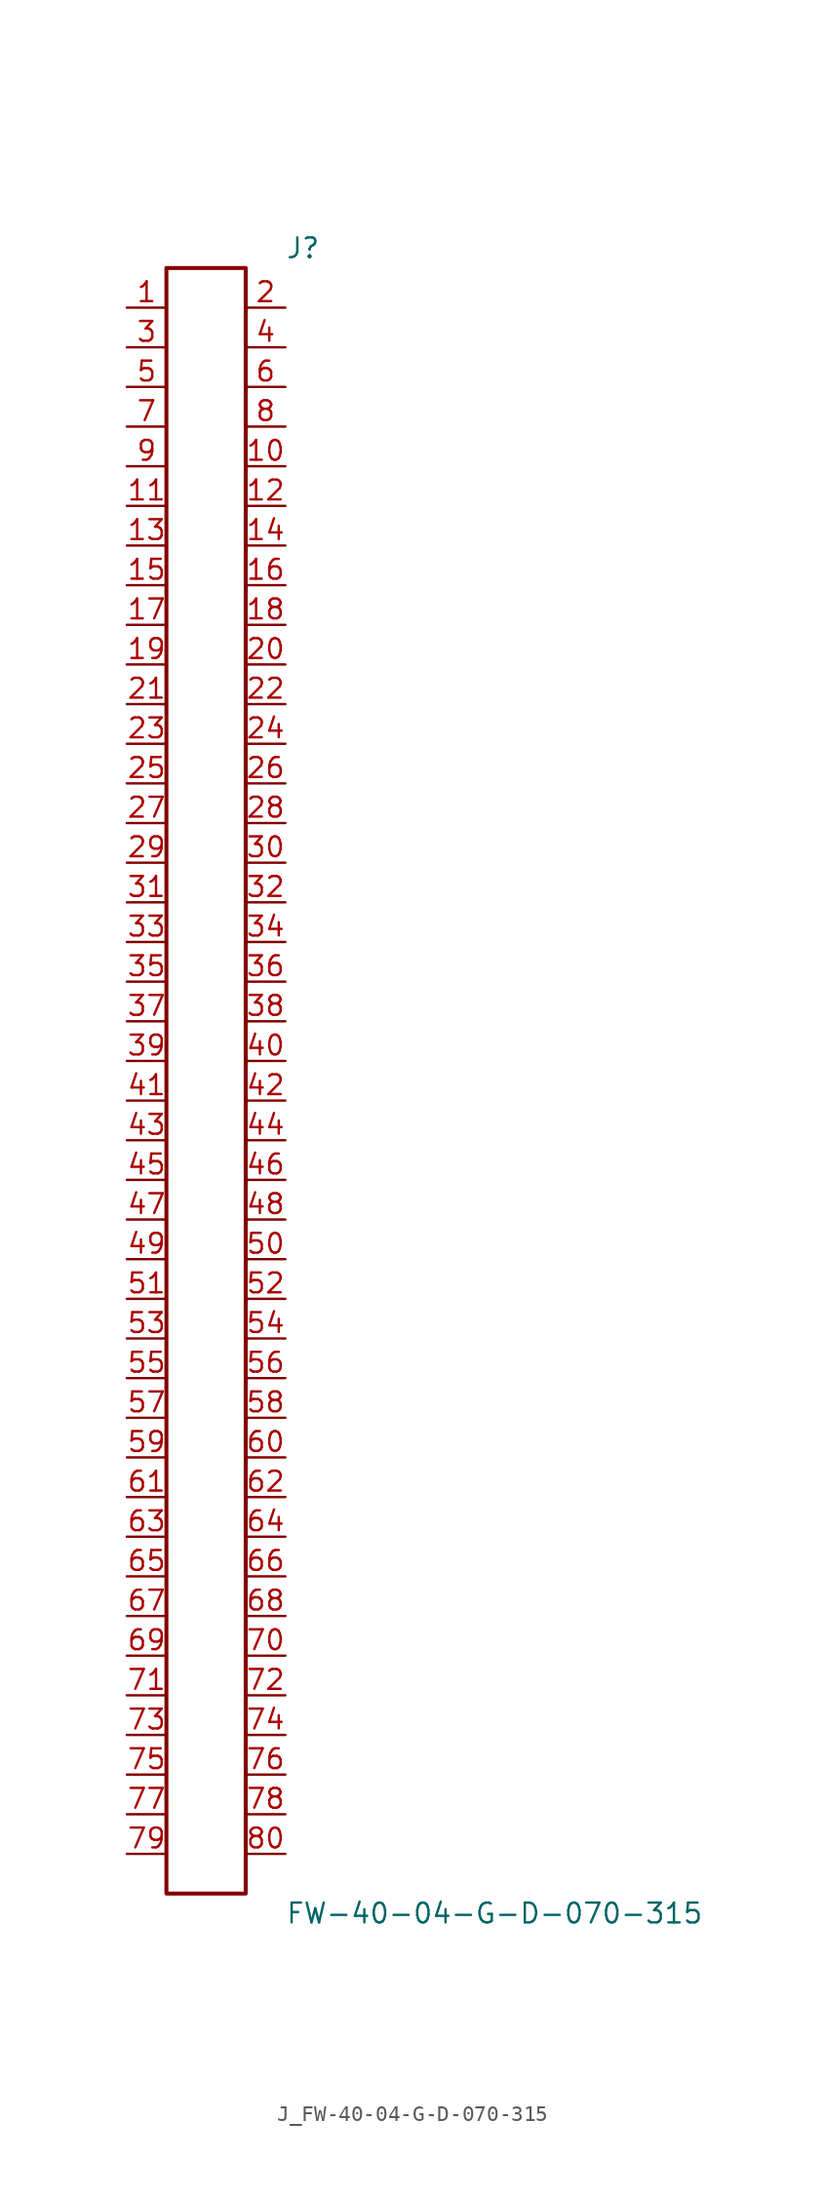
<source format=kicad_sym>
(kicad_symbol_lib
  (version 20231120)
  (generator kicad_symbol_editor)
  (generator_version 8.0)
  (symbol "J_FW-40-04-G-D-070-315"
    (pin_names
      (offset 0.254))
    (property "Reference" "J"
      (at 5.08 53.34 0)
      (effects (font (size 1.27 1.27)) (justify left)))
    (property "Value" "FW-40-04-G-D-070-315"
      (at 5.08 -53.34 0)
      (effects (font (size 1.27 1.27)) (justify left)))
    (symbol "J_FW-40-04-G-D-070-315_0_0"
      (pin passive line (at -5.08 49.53 0) (length 2.54) (name "" (effects (font (size 1.27 1.27)))) (number "1" (effects (font (size 1.27 1.27)))))
      (pin passive line (at 5.08 49.53 180) (length 2.54) (name "" (effects (font (size 1.27 1.27)))) (number "2" (effects (font (size 1.27 1.27)))))
      (pin passive line (at -5.08 46.99 0) (length 2.54) (name "" (effects (font (size 1.27 1.27)))) (number "3" (effects (font (size 1.27 1.27)))))
      (pin passive line (at 5.08 46.99 180) (length 2.54) (name "" (effects (font (size 1.27 1.27)))) (number "4" (effects (font (size 1.27 1.27)))))
      (pin passive line (at -5.08 44.45 0) (length 2.54) (name "" (effects (font (size 1.27 1.27)))) (number "5" (effects (font (size 1.27 1.27)))))
      (pin passive line (at 5.08 44.45 180) (length 2.54) (name "" (effects (font (size 1.27 1.27)))) (number "6" (effects (font (size 1.27 1.27)))))
      (pin passive line (at -5.08 41.91 0) (length 2.54) (name "" (effects (font (size 1.27 1.27)))) (number "7" (effects (font (size 1.27 1.27)))))
      (pin passive line (at 5.08 41.91 180) (length 2.54) (name "" (effects (font (size 1.27 1.27)))) (number "8" (effects (font (size 1.27 1.27)))))
      (pin passive line (at -5.08 39.37 0) (length 2.54) (name "" (effects (font (size 1.27 1.27)))) (number "9" (effects (font (size 1.27 1.27)))))
      (pin passive line (at 5.08 39.37 180) (length 2.54) (name "" (effects (font (size 1.27 1.27)))) (number "10" (effects (font (size 1.27 1.27)))))
      (pin passive line (at -5.08 36.83 0) (length 2.54) (name "" (effects (font (size 1.27 1.27)))) (number "11" (effects (font (size 1.27 1.27)))))
      (pin passive line (at 5.08 36.83 180) (length 2.54) (name "" (effects (font (size 1.27 1.27)))) (number "12" (effects (font (size 1.27 1.27)))))
      (pin passive line (at -5.08 34.29 0) (length 2.54) (name "" (effects (font (size 1.27 1.27)))) (number "13" (effects (font (size 1.27 1.27)))))
      (pin passive line (at 5.08 34.29 180) (length 2.54) (name "" (effects (font (size 1.27 1.27)))) (number "14" (effects (font (size 1.27 1.27)))))
      (pin passive line (at -5.08 31.75 0) (length 2.54) (name "" (effects (font (size 1.27 1.27)))) (number "15" (effects (font (size 1.27 1.27)))))
      (pin passive line (at 5.08 31.75 180) (length 2.54) (name "" (effects (font (size 1.27 1.27)))) (number "16" (effects (font (size 1.27 1.27)))))
      (pin passive line (at -5.08 29.21 0) (length 2.54) (name "" (effects (font (size 1.27 1.27)))) (number "17" (effects (font (size 1.27 1.27)))))
      (pin passive line (at 5.08 29.21 180) (length 2.54) (name "" (effects (font (size 1.27 1.27)))) (number "18" (effects (font (size 1.27 1.27)))))
      (pin passive line (at -5.08 26.67 0) (length 2.54) (name "" (effects (font (size 1.27 1.27)))) (number "19" (effects (font (size 1.27 1.27)))))
      (pin passive line (at 5.08 26.67 180) (length 2.54) (name "" (effects (font (size 1.27 1.27)))) (number "20" (effects (font (size 1.27 1.27)))))
      (pin passive line (at -5.08 24.13 0) (length 2.54) (name "" (effects (font (size 1.27 1.27)))) (number "21" (effects (font (size 1.27 1.27)))))
      (pin passive line (at 5.08 24.13 180) (length 2.54) (name "" (effects (font (size 1.27 1.27)))) (number "22" (effects (font (size 1.27 1.27)))))
      (pin passive line (at -5.08 21.59 0) (length 2.54) (name "" (effects (font (size 1.27 1.27)))) (number "23" (effects (font (size 1.27 1.27)))))
      (pin passive line (at 5.08 21.59 180) (length 2.54) (name "" (effects (font (size 1.27 1.27)))) (number "24" (effects (font (size 1.27 1.27)))))
      (pin passive line (at -5.08 19.05 0) (length 2.54) (name "" (effects (font (size 1.27 1.27)))) (number "25" (effects (font (size 1.27 1.27)))))
      (pin passive line (at 5.08 19.05 180) (length 2.54) (name "" (effects (font (size 1.27 1.27)))) (number "26" (effects (font (size 1.27 1.27)))))
      (pin passive line (at -5.08 16.51 0) (length 2.54) (name "" (effects (font (size 1.27 1.27)))) (number "27" (effects (font (size 1.27 1.27)))))
      (pin passive line (at 5.08 16.51 180) (length 2.54) (name "" (effects (font (size 1.27 1.27)))) (number "28" (effects (font (size 1.27 1.27)))))
      (pin passive line (at -5.08 13.97 0) (length 2.54) (name "" (effects (font (size 1.27 1.27)))) (number "29" (effects (font (size 1.27 1.27)))))
      (pin passive line (at 5.08 13.97 180) (length 2.54) (name "" (effects (font (size 1.27 1.27)))) (number "30" (effects (font (size 1.27 1.27)))))
      (pin passive line (at -5.08 11.43 0) (length 2.54) (name "" (effects (font (size 1.27 1.27)))) (number "31" (effects (font (size 1.27 1.27)))))
      (pin passive line (at 5.08 11.43 180) (length 2.54) (name "" (effects (font (size 1.27 1.27)))) (number "32" (effects (font (size 1.27 1.27)))))
      (pin passive line (at -5.08 8.89 0) (length 2.54) (name "" (effects (font (size 1.27 1.27)))) (number "33" (effects (font (size 1.27 1.27)))))
      (pin passive line (at 5.08 8.89 180) (length 2.54) (name "" (effects (font (size 1.27 1.27)))) (number "34" (effects (font (size 1.27 1.27)))))
      (pin passive line (at -5.08 6.35 0) (length 2.54) (name "" (effects (font (size 1.27 1.27)))) (number "35" (effects (font (size 1.27 1.27)))))
      (pin passive line (at 5.08 6.35 180) (length 2.54) (name "" (effects (font (size 1.27 1.27)))) (number "36" (effects (font (size 1.27 1.27)))))
      (pin passive line (at -5.08 3.81 0) (length 2.54) (name "" (effects (font (size 1.27 1.27)))) (number "37" (effects (font (size 1.27 1.27)))))
      (pin passive line (at 5.08 3.81 180) (length 2.54) (name "" (effects (font (size 1.27 1.27)))) (number "38" (effects (font (size 1.27 1.27)))))
      (pin passive line (at -5.08 1.27 0) (length 2.54) (name "" (effects (font (size 1.27 1.27)))) (number "39" (effects (font (size 1.27 1.27)))))
      (pin passive line (at 5.08 1.27 180) (length 2.54) (name "" (effects (font (size 1.27 1.27)))) (number "40" (effects (font (size 1.27 1.27)))))
      (pin passive line (at -5.08 -1.27 0) (length 2.54) (name "" (effects (font (size 1.27 1.27)))) (number "41" (effects (font (size 1.27 1.27)))))
      (pin passive line (at 5.08 -1.27 180) (length 2.54) (name "" (effects (font (size 1.27 1.27)))) (number "42" (effects (font (size 1.27 1.27)))))
      (pin passive line (at -5.08 -3.81 0) (length 2.54) (name "" (effects (font (size 1.27 1.27)))) (number "43" (effects (font (size 1.27 1.27)))))
      (pin passive line (at 5.08 -3.81 180) (length 2.54) (name "" (effects (font (size 1.27 1.27)))) (number "44" (effects (font (size 1.27 1.27)))))
      (pin passive line (at -5.08 -6.35 0) (length 2.54) (name "" (effects (font (size 1.27 1.27)))) (number "45" (effects (font (size 1.27 1.27)))))
      (pin passive line (at 5.08 -6.35 180) (length 2.54) (name "" (effects (font (size 1.27 1.27)))) (number "46" (effects (font (size 1.27 1.27)))))
      (pin passive line (at -5.08 -8.89 0) (length 2.54) (name "" (effects (font (size 1.27 1.27)))) (number "47" (effects (font (size 1.27 1.27)))))
      (pin passive line (at 5.08 -8.89 180) (length 2.54) (name "" (effects (font (size 1.27 1.27)))) (number "48" (effects (font (size 1.27 1.27)))))
      (pin passive line (at -5.08 -11.43 0) (length 2.54) (name "" (effects (font (size 1.27 1.27)))) (number "49" (effects (font (size 1.27 1.27)))))
      (pin passive line (at 5.08 -11.43 180) (length 2.54) (name "" (effects (font (size 1.27 1.27)))) (number "50" (effects (font (size 1.27 1.27)))))
      (pin passive line (at -5.08 -13.97 0) (length 2.54) (name "" (effects (font (size 1.27 1.27)))) (number "51" (effects (font (size 1.27 1.27)))))
      (pin passive line (at 5.08 -13.97 180) (length 2.54) (name "" (effects (font (size 1.27 1.27)))) (number "52" (effects (font (size 1.27 1.27)))))
      (pin passive line (at -5.08 -16.51 0) (length 2.54) (name "" (effects (font (size 1.27 1.27)))) (number "53" (effects (font (size 1.27 1.27)))))
      (pin passive line (at 5.08 -16.51 180) (length 2.54) (name "" (effects (font (size 1.27 1.27)))) (number "54" (effects (font (size 1.27 1.27)))))
      (pin passive line (at -5.08 -19.05 0) (length 2.54) (name "" (effects (font (size 1.27 1.27)))) (number "55" (effects (font (size 1.27 1.27)))))
      (pin passive line (at 5.08 -19.05 180) (length 2.54) (name "" (effects (font (size 1.27 1.27)))) (number "56" (effects (font (size 1.27 1.27)))))
      (pin passive line (at -5.08 -21.59 0) (length 2.54) (name "" (effects (font (size 1.27 1.27)))) (number "57" (effects (font (size 1.27 1.27)))))
      (pin passive line (at 5.08 -21.59 180) (length 2.54) (name "" (effects (font (size 1.27 1.27)))) (number "58" (effects (font (size 1.27 1.27)))))
      (pin passive line (at -5.08 -24.13 0) (length 2.54) (name "" (effects (font (size 1.27 1.27)))) (number "59" (effects (font (size 1.27 1.27)))))
      (pin passive line (at 5.08 -24.13 180) (length 2.54) (name "" (effects (font (size 1.27 1.27)))) (number "60" (effects (font (size 1.27 1.27)))))
      (pin passive line (at -5.08 -26.67 0) (length 2.54) (name "" (effects (font (size 1.27 1.27)))) (number "61" (effects (font (size 1.27 1.27)))))
      (pin passive line (at 5.08 -26.67 180) (length 2.54) (name "" (effects (font (size 1.27 1.27)))) (number "62" (effects (font (size 1.27 1.27)))))
      (pin passive line (at -5.08 -29.21 0) (length 2.54) (name "" (effects (font (size 1.27 1.27)))) (number "63" (effects (font (size 1.27 1.27)))))
      (pin passive line (at 5.08 -29.21 180) (length 2.54) (name "" (effects (font (size 1.27 1.27)))) (number "64" (effects (font (size 1.27 1.27)))))
      (pin passive line (at -5.08 -31.75 0) (length 2.54) (name "" (effects (font (size 1.27 1.27)))) (number "65" (effects (font (size 1.27 1.27)))))
      (pin passive line (at 5.08 -31.75 180) (length 2.54) (name "" (effects (font (size 1.27 1.27)))) (number "66" (effects (font (size 1.27 1.27)))))
      (pin passive line (at -5.08 -34.29 0) (length 2.54) (name "" (effects (font (size 1.27 1.27)))) (number "67" (effects (font (size 1.27 1.27)))))
      (pin passive line (at 5.08 -34.29 180) (length 2.54) (name "" (effects (font (size 1.27 1.27)))) (number "68" (effects (font (size 1.27 1.27)))))
      (pin passive line (at -5.08 -36.83 0) (length 2.54) (name "" (effects (font (size 1.27 1.27)))) (number "69" (effects (font (size 1.27 1.27)))))
      (pin passive line (at 5.08 -36.83 180) (length 2.54) (name "" (effects (font (size 1.27 1.27)))) (number "70" (effects (font (size 1.27 1.27)))))
      (pin passive line (at -5.08 -39.37 0) (length 2.54) (name "" (effects (font (size 1.27 1.27)))) (number "71" (effects (font (size 1.27 1.27)))))
      (pin passive line (at 5.08 -39.37 180) (length 2.54) (name "" (effects (font (size 1.27 1.27)))) (number "72" (effects (font (size 1.27 1.27)))))
      (pin passive line (at -5.08 -41.91 0) (length 2.54) (name "" (effects (font (size 1.27 1.27)))) (number "73" (effects (font (size 1.27 1.27)))))
      (pin passive line (at 5.08 -41.91 180) (length 2.54) (name "" (effects (font (size 1.27 1.27)))) (number "74" (effects (font (size 1.27 1.27)))))
      (pin passive line (at -5.08 -44.45 0) (length 2.54) (name "" (effects (font (size 1.27 1.27)))) (number "75" (effects (font (size 1.27 1.27)))))
      (pin passive line (at 5.08 -44.45 180) (length 2.54) (name "" (effects (font (size 1.27 1.27)))) (number "76" (effects (font (size 1.27 1.27)))))
      (pin passive line (at -5.08 -46.99 0) (length 2.54) (name "" (effects (font (size 1.27 1.27)))) (number "77" (effects (font (size 1.27 1.27)))))
      (pin passive line (at 5.08 -46.99 180) (length 2.54) (name "" (effects (font (size 1.27 1.27)))) (number "78" (effects (font (size 1.27 1.27)))))
      (pin passive line (at -5.08 -49.53 0) (length 2.54) (name "" (effects (font (size 1.27 1.27)))) (number "79" (effects (font (size 1.27 1.27)))))
      (pin passive line (at 5.08 -49.53 180) (length 2.54) (name "" (effects (font (size 1.27 1.27)))) (number "80" (effects (font (size 1.27 1.27))))))
    (symbol "J_FW-40-04-G-D-070-315_1_0"
      (rectangle (start -2.54 52.07) (end 2.54 -52.07) (stroke (width 0.254) (type solid)) (fill (type none))))))
</source>
